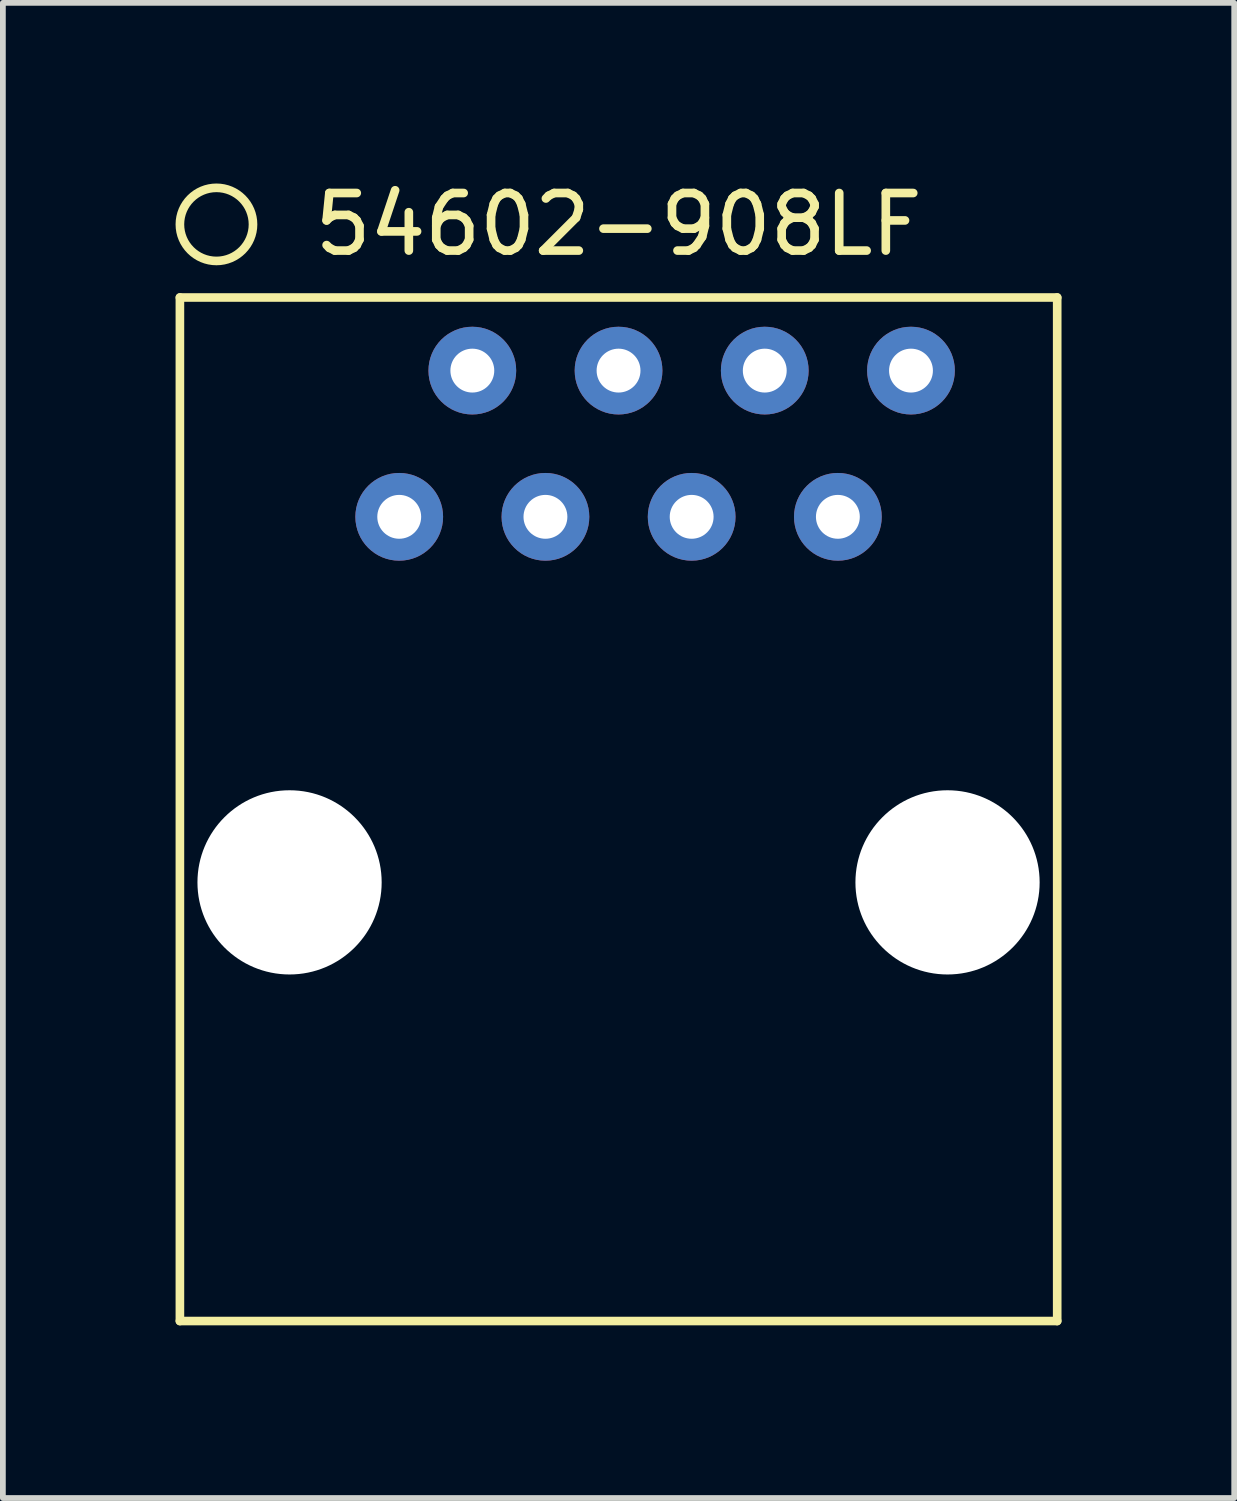
<source format=kicad_pcb>
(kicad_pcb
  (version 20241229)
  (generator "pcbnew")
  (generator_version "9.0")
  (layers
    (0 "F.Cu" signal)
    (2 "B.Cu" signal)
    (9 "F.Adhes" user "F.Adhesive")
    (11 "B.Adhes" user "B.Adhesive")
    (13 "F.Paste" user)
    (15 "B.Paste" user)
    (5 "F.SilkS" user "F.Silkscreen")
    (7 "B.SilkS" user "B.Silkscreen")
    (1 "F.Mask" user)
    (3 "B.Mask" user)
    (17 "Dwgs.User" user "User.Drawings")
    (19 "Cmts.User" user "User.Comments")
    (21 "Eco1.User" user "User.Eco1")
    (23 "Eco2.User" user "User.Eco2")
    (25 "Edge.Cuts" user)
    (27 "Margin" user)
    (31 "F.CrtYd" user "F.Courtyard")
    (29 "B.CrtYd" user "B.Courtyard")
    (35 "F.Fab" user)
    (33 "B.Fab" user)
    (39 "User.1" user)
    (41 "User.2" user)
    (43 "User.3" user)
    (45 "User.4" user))
  (footprint "54602-908LF"
    (layer "F.Cu")
    (at 7.695 4.658)
    (property "Reference" "54602-908LF" (at 0 -3.81 0) (layer "F.SilkS") (effects (font (size 1 1) (thickness 0.15))))
    (attr through_hole)
    (fp_line (start -7.62 15.24) (end -7.62 -2.54) (stroke (width 0.15) (type solid)) (layer "F.SilkS"))
    (fp_line (start -7.62 15.24) (end 7.62 15.24) (stroke (width 0.15) (type solid)) (layer "F.SilkS"))
    (fp_line (start 7.62 -2.54) (end -7.62 -2.54) (stroke (width 0.15) (type solid)) (layer "F.SilkS"))
    (fp_line (start 7.62 15.24) (end 7.62 -2.54) (stroke (width 0.15) (type solid)) (layer "F.SilkS"))
    (fp_circle (center -6.985 -3.81) (end -6.985 -3.175) (stroke (width 0.15) (type solid)) (fill no) (layer "F.SilkS"))
    (pad "" np_thru_hole circle (at -5.715 7.62) (size 3.2 3.2) (drill 3.2) (layers "*.Cu" "*.Mask"))
    (pad "" np_thru_hole circle (at 5.715 7.62) (size 3.2 3.2) (drill 3.2) (layers "*.Cu" "*.Mask"))
    (pad "1" thru_hole circle (at -3.81 1.27) (size 1.524 1.524) (drill 0.762) (layers "*.Cu" "*.Mask"))
    (pad "2" thru_hole circle (at -2.54 -1.27) (size 1.524 1.524) (drill 0.762) (layers "*.Cu" "*.Mask"))
    (pad "3" thru_hole circle (at -1.27 1.27) (size 1.524 1.524) (drill 0.762) (layers "*.Cu" "*.Mask"))
    (pad "4" thru_hole circle (at 0 -1.27) (size 1.524 1.524) (drill 0.762) (layers "*.Cu" "*.Mask"))
    (pad "5" thru_hole circle (at 1.27 1.27) (size 1.524 1.524) (drill 0.762) (layers "*.Cu" "*.Mask"))
    (pad "6" thru_hole circle (at 2.54 -1.27) (size 1.524 1.524) (drill 0.762) (layers "*.Cu" "*.Mask"))
    (pad "7" thru_hole circle (at 3.81 1.27) (size 1.524 1.524) (drill 0.762) (layers "*.Cu" "*.Mask"))
    (pad "8" thru_hole circle (at 5.08 -1.27) (size 1.524 1.524) (drill 0.762) (layers "*.Cu" "*.Mask")))
  (gr_rect
    (start -3 -3)
    (end 18.39 22.973)
    (stroke (width 0.1) (type default))
    (fill no)
    (layer "Edge.Cuts")))
</source>
